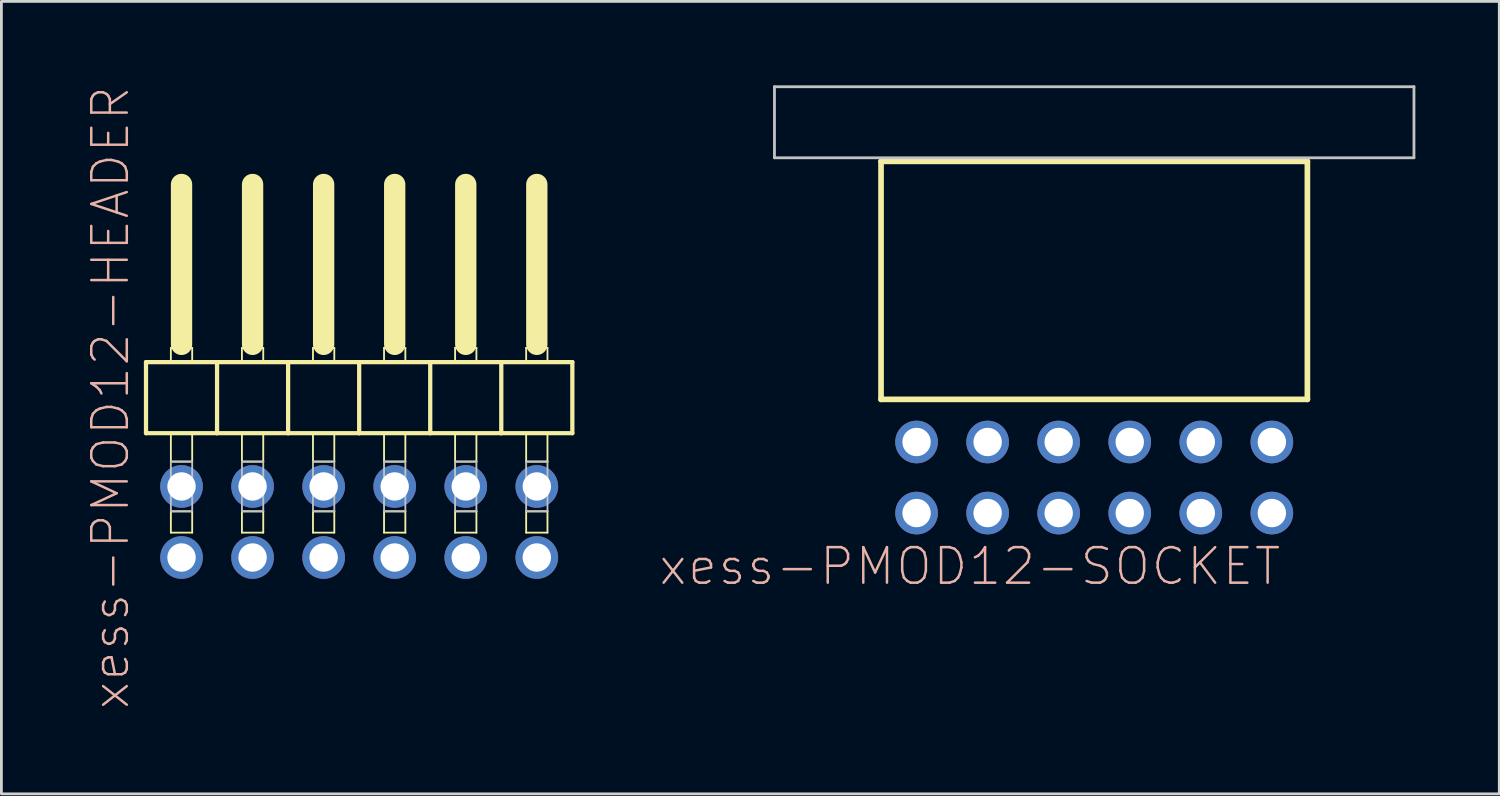
<source format=kicad_pcb>
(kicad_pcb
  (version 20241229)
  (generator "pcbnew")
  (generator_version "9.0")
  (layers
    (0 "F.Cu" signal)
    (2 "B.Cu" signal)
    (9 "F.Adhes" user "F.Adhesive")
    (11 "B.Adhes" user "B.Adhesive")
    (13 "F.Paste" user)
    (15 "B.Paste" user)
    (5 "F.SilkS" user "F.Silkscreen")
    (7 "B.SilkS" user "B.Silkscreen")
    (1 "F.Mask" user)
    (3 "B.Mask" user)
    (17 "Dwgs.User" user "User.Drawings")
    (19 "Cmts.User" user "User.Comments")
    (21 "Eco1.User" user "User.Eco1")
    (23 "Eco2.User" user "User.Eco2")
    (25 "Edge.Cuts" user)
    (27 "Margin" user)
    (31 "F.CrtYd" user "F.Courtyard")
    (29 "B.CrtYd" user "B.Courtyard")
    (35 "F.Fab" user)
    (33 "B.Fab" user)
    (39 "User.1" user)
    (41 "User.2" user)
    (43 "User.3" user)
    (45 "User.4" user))
  (footprint "xess-PMOD12-SOCKET"
    (layer "F.Cu")
    (at 36.064 14.02)
    (property "Reference" "xess-PMOD12-SOCKET" (at -4.445 3.175 0) (layer "B.SilkS") (effects (font (size 1.27 1.27) (thickness 0.089))))
    (attr exclude_from_pos_files exclude_from_bom)
    (fp_line (start -7.62 -11.303) (end -7.62 -2.794) (stroke (width 0.203) (type solid)) (layer "F.SilkS"))
    (fp_line (start -7.62 -2.794) (end 7.62 -2.794) (stroke (width 0.203) (type solid)) (layer "F.SilkS"))
    (fp_line (start 7.62 -11.303) (end -7.62 -11.303) (stroke (width 0.203) (type solid)) (layer "F.SilkS"))
    (fp_line (start 7.62 -2.794) (end 7.62 -11.303) (stroke (width 0.203) (type solid)) (layer "F.SilkS"))
    (fp_line (start -11.43 -13.97) (end -11.43 -11.43) (stroke (width 0.1) (type solid)) (layer "Dwgs.User"))
    (fp_line (start -11.43 -11.43) (end 11.43 -11.43) (stroke (width 0.1) (type solid)) (layer "Dwgs.User"))
    (fp_line (start -6.604 -1.524) (end -6.096 -1.524) (stroke (width 0.066) (type solid)) (layer "Dwgs.User"))
    (fp_line (start -6.604 -1.016) (end -6.604 -1.524) (stroke (width 0.066) (type solid)) (layer "Dwgs.User"))
    (fp_line (start -6.604 -1.016) (end -6.096 -1.016) (stroke (width 0.066) (type solid)) (layer "Dwgs.User"))
    (fp_line (start -6.604 1.016) (end -6.096 1.016) (stroke (width 0.066) (type solid)) (layer "Dwgs.User"))
    (fp_line (start -6.604 1.524) (end -6.604 1.016) (stroke (width 0.066) (type solid)) (layer "Dwgs.User"))
    (fp_line (start -6.604 1.524) (end -6.096 1.524) (stroke (width 0.066) (type solid)) (layer "Dwgs.User"))
    (fp_line (start -6.096 -1.016) (end -6.096 -1.524) (stroke (width 0.066) (type solid)) (layer "Dwgs.User"))
    (fp_line (start -6.096 1.524) (end -6.096 1.016) (stroke (width 0.066) (type solid)) (layer "Dwgs.User"))
    (fp_line (start -4.064 -1.524) (end -3.556 -1.524) (stroke (width 0.066) (type solid)) (layer "Dwgs.User"))
    (fp_line (start -4.064 -1.016) (end -4.064 -1.524) (stroke (width 0.066) (type solid)) (layer "Dwgs.User"))
    (fp_line (start -4.064 -1.016) (end -3.556 -1.016) (stroke (width 0.066) (type solid)) (layer "Dwgs.User"))
    (fp_line (start -4.064 1.016) (end -3.556 1.016) (stroke (width 0.066) (type solid)) (layer "Dwgs.User"))
    (fp_line (start -4.064 1.524) (end -4.064 1.016) (stroke (width 0.066) (type solid)) (layer "Dwgs.User"))
    (fp_line (start -4.064 1.524) (end -3.556 1.524) (stroke (width 0.066) (type solid)) (layer "Dwgs.User"))
    (fp_line (start -3.556 -1.016) (end -3.556 -1.524) (stroke (width 0.066) (type solid)) (layer "Dwgs.User"))
    (fp_line (start -3.556 1.524) (end -3.556 1.016) (stroke (width 0.066) (type solid)) (layer "Dwgs.User"))
    (fp_line (start -1.524 -1.524) (end -1.016 -1.524) (stroke (width 0.066) (type solid)) (layer "Dwgs.User"))
    (fp_line (start -1.524 -1.016) (end -1.524 -1.524) (stroke (width 0.066) (type solid)) (layer "Dwgs.User"))
    (fp_line (start -1.524 -1.016) (end -1.016 -1.016) (stroke (width 0.066) (type solid)) (layer "Dwgs.User"))
    (fp_line (start -1.524 1.016) (end -1.016 1.016) (stroke (width 0.066) (type solid)) (layer "Dwgs.User"))
    (fp_line (start -1.524 1.524) (end -1.524 1.016) (stroke (width 0.066) (type solid)) (layer "Dwgs.User"))
    (fp_line (start -1.524 1.524) (end -1.016 1.524) (stroke (width 0.066) (type solid)) (layer "Dwgs.User"))
    (fp_line (start -1.016 -1.016) (end -1.016 -1.524) (stroke (width 0.066) (type solid)) (layer "Dwgs.User"))
    (fp_line (start -1.016 1.524) (end -1.016 1.016) (stroke (width 0.066) (type solid)) (layer "Dwgs.User"))
    (fp_line (start 1.016 -1.524) (end 1.524 -1.524) (stroke (width 0.066) (type solid)) (layer "Dwgs.User"))
    (fp_line (start 1.016 -1.016) (end 1.016 -1.524) (stroke (width 0.066) (type solid)) (layer "Dwgs.User"))
    (fp_line (start 1.016 -1.016) (end 1.524 -1.016) (stroke (width 0.066) (type solid)) (layer "Dwgs.User"))
    (fp_line (start 1.016 1.016) (end 1.524 1.016) (stroke (width 0.066) (type solid)) (layer "Dwgs.User"))
    (fp_line (start 1.016 1.524) (end 1.016 1.016) (stroke (width 0.066) (type solid)) (layer "Dwgs.User"))
    (fp_line (start 1.016 1.524) (end 1.524 1.524) (stroke (width 0.066) (type solid)) (layer "Dwgs.User"))
    (fp_line (start 1.524 -1.016) (end 1.524 -1.524) (stroke (width 0.066) (type solid)) (layer "Dwgs.User"))
    (fp_line (start 1.524 1.524) (end 1.524 1.016) (stroke (width 0.066) (type solid)) (layer "Dwgs.User"))
    (fp_line (start 3.556 -1.524) (end 4.064 -1.524) (stroke (width 0.066) (type solid)) (layer "Dwgs.User"))
    (fp_line (start 3.556 -1.016) (end 3.556 -1.524) (stroke (width 0.066) (type solid)) (layer "Dwgs.User"))
    (fp_line (start 3.556 -1.016) (end 4.064 -1.016) (stroke (width 0.066) (type solid)) (layer "Dwgs.User"))
    (fp_line (start 3.556 1.016) (end 4.064 1.016) (stroke (width 0.066) (type solid)) (layer "Dwgs.User"))
    (fp_line (start 3.556 1.524) (end 3.556 1.016) (stroke (width 0.066) (type solid)) (layer "Dwgs.User"))
    (fp_line (start 3.556 1.524) (end 4.064 1.524) (stroke (width 0.066) (type solid)) (layer "Dwgs.User"))
    (fp_line (start 4.064 -1.016) (end 4.064 -1.524) (stroke (width 0.066) (type solid)) (layer "Dwgs.User"))
    (fp_line (start 4.064 1.524) (end 4.064 1.016) (stroke (width 0.066) (type solid)) (layer "Dwgs.User"))
    (fp_line (start 6.096 -1.524) (end 6.604 -1.524) (stroke (width 0.066) (type solid)) (layer "Dwgs.User"))
    (fp_line (start 6.096 -1.016) (end 6.096 -1.524) (stroke (width 0.066) (type solid)) (layer "Dwgs.User"))
    (fp_line (start 6.096 -1.016) (end 6.604 -1.016) (stroke (width 0.066) (type solid)) (layer "Dwgs.User"))
    (fp_line (start 6.096 1.016) (end 6.604 1.016) (stroke (width 0.066) (type solid)) (layer "Dwgs.User"))
    (fp_line (start 6.096 1.524) (end 6.096 1.016) (stroke (width 0.066) (type solid)) (layer "Dwgs.User"))
    (fp_line (start 6.096 1.524) (end 6.604 1.524) (stroke (width 0.066) (type solid)) (layer "Dwgs.User"))
    (fp_line (start 6.604 -1.016) (end 6.604 -1.524) (stroke (width 0.066) (type solid)) (layer "Dwgs.User"))
    (fp_line (start 6.604 1.524) (end 6.604 1.016) (stroke (width 0.066) (type solid)) (layer "Dwgs.User"))
    (fp_line (start 11.43 -13.97) (end -11.43 -13.97) (stroke (width 0.1) (type solid)) (layer "Dwgs.User"))
    (fp_line (start 11.43 -11.43) (end 11.43 -13.97) (stroke (width 0.1) (type solid)) (layer "Dwgs.User"))
    (pad "AGND" thru_hole circle (at 3.81 1.27) (size 1.524 1.524) (drill 1.016) (layers "*.Cu" "*.Mask"))
    (pad "AIO1" thru_hole circle (at -6.35 1.27) (size 1.524 1.524) (drill 1.016) (layers "*.Cu" "*.Mask"))
    (pad "AIO2" thru_hole circle (at -3.81 1.27) (size 1.524 1.524) (drill 1.016) (layers "*.Cu" "*.Mask"))
    (pad "AIO3" thru_hole circle (at -1.27 1.27) (size 1.524 1.524) (drill 1.016) (layers "*.Cu" "*.Mask"))
    (pad "AIO4" thru_hole circle (at 1.27 1.27) (size 1.524 1.524) (drill 1.016) (layers "*.Cu" "*.Mask"))
    (pad "APWR" thru_hole circle (at 6.35 1.27) (size 1.524 1.524) (drill 1.016) (layers "*.Cu" "*.Mask"))
    (pad "BGND" thru_hole circle (at 3.81 -1.27) (size 1.524 1.524) (drill 1.016) (layers "*.Cu" "*.Mask"))
    (pad "BIO1" thru_hole circle (at -6.35 -1.27) (size 1.524 1.524) (drill 1.016) (layers "*.Cu" "*.Mask"))
    (pad "BIO2" thru_hole circle (at -3.81 -1.27) (size 1.524 1.524) (drill 1.016) (layers "*.Cu" "*.Mask"))
    (pad "BIO3" thru_hole circle (at -1.27 -1.27) (size 1.524 1.524) (drill 1.016) (layers "*.Cu" "*.Mask"))
    (pad "BIO4" thru_hole circle (at 1.27 -1.27) (size 1.524 1.524) (drill 1.016) (layers "*.Cu" "*.Mask"))
    (pad "BPWR" thru_hole circle (at 6.35 -1.27) (size 1.524 1.524) (drill 1.016) (layers "*.Cu" "*.Mask")))
  (footprint "xess-PMOD12-HEADER"
    (layer "F.Cu")
    (at 9.789 10.529)
    (property "Reference" "xess-PMOD12-HEADER" (at -8.89 0.635 90) (layer "B.SilkS") (effects (font (size 1.27 1.27) (thickness 0.089))))
    (attr exclude_from_pos_files exclude_from_bom)
    (fp_line (start -7.62 -0.635) (end -7.62 1.905) (stroke (width 0.152) (type solid)) (layer "F.SilkS"))
    (fp_line (start -7.62 1.905) (end -5.08 1.905) (stroke (width 0.152) (type solid)) (layer "F.SilkS"))
    (fp_line (start -6.731 -1.143) (end -5.969 -1.143) (stroke (width 0.066) (type solid)) (layer "F.SilkS"))
    (fp_line (start -6.731 -0.635) (end -6.731 -1.143) (stroke (width 0.066) (type solid)) (layer "F.SilkS"))
    (fp_line (start -6.731 -0.635) (end -5.969 -0.635) (stroke (width 0.066) (type solid)) (layer "F.SilkS"))
    (fp_line (start -6.731 1.905) (end -5.969 1.905) (stroke (width 0.066) (type solid)) (layer "F.SilkS"))
    (fp_line (start -6.731 2.921) (end -6.731 1.905) (stroke (width 0.066) (type solid)) (layer "F.SilkS"))
    (fp_line (start -6.731 2.921) (end -5.969 2.921) (stroke (width 0.066) (type solid)) (layer "F.SilkS"))
    (fp_line (start -6.731 4.699) (end -5.969 4.699) (stroke (width 0.066) (type solid)) (layer "F.SilkS"))
    (fp_line (start -6.731 5.461) (end -6.731 4.699) (stroke (width 0.066) (type solid)) (layer "F.SilkS"))
    (fp_line (start -6.731 5.461) (end -5.969 5.461) (stroke (width 0.066) (type solid)) (layer "F.SilkS"))
    (fp_line (start -6.35 -6.985) (end -6.35 -1.27) (stroke (width 0.762) (type solid)) (layer "F.SilkS"))
    (fp_line (start -5.969 -0.635) (end -5.969 -1.143) (stroke (width 0.066) (type solid)) (layer "F.SilkS"))
    (fp_line (start -5.969 2.921) (end -5.969 1.905) (stroke (width 0.066) (type solid)) (layer "F.SilkS"))
    (fp_line (start -5.969 5.461) (end -5.969 4.699) (stroke (width 0.066) (type solid)) (layer "F.SilkS"))
    (fp_line (start -5.08 -0.635) (end -7.62 -0.635) (stroke (width 0.152) (type solid)) (layer "F.SilkS"))
    (fp_line (start -5.08 1.905) (end -5.08 -0.635) (stroke (width 0.152) (type solid)) (layer "F.SilkS"))
    (fp_line (start -5.08 1.905) (end -2.54 1.905) (stroke (width 0.152) (type solid)) (layer "F.SilkS"))
    (fp_line (start -4.191 -1.143) (end -3.429 -1.143) (stroke (width 0.066) (type solid)) (layer "F.SilkS"))
    (fp_line (start -4.191 -0.635) (end -4.191 -1.143) (stroke (width 0.066) (type solid)) (layer "F.SilkS"))
    (fp_line (start -4.191 -0.635) (end -3.429 -0.635) (stroke (width 0.066) (type solid)) (layer "F.SilkS"))
    (fp_line (start -4.191 1.905) (end -3.429 1.905) (stroke (width 0.066) (type solid)) (layer "F.SilkS"))
    (fp_line (start -4.191 2.921) (end -4.191 1.905) (stroke (width 0.066) (type solid)) (layer "F.SilkS"))
    (fp_line (start -4.191 2.921) (end -3.429 2.921) (stroke (width 0.066) (type solid)) (layer "F.SilkS"))
    (fp_line (start -4.191 4.699) (end -3.429 4.699) (stroke (width 0.066) (type solid)) (layer "F.SilkS"))
    (fp_line (start -4.191 5.461) (end -4.191 4.699) (stroke (width 0.066) (type solid)) (layer "F.SilkS"))
    (fp_line (start -4.191 5.461) (end -3.429 5.461) (stroke (width 0.066) (type solid)) (layer "F.SilkS"))
    (fp_line (start -3.81 -6.985) (end -3.81 -1.27) (stroke (width 0.762) (type solid)) (layer "F.SilkS"))
    (fp_line (start -3.429 -0.635) (end -3.429 -1.143) (stroke (width 0.066) (type solid)) (layer "F.SilkS"))
    (fp_line (start -3.429 2.921) (end -3.429 1.905) (stroke (width 0.066) (type solid)) (layer "F.SilkS"))
    (fp_line (start -3.429 5.461) (end -3.429 4.699) (stroke (width 0.066) (type solid)) (layer "F.SilkS"))
    (fp_line (start -2.54 -0.635) (end -5.08 -0.635) (stroke (width 0.152) (type solid)) (layer "F.SilkS"))
    (fp_line (start -2.54 1.905) (end -2.54 -0.635) (stroke (width 0.152) (type solid)) (layer "F.SilkS"))
    (fp_line (start -2.54 1.905) (end 0 1.905) (stroke (width 0.152) (type solid)) (layer "F.SilkS"))
    (fp_line (start -1.651 -1.143) (end -0.889 -1.143) (stroke (width 0.066) (type solid)) (layer "F.SilkS"))
    (fp_line (start -1.651 -0.635) (end -1.651 -1.143) (stroke (width 0.066) (type solid)) (layer "F.SilkS"))
    (fp_line (start -1.651 -0.635) (end -0.889 -0.635) (stroke (width 0.066) (type solid)) (layer "F.SilkS"))
    (fp_line (start -1.651 1.905) (end -0.889 1.905) (stroke (width 0.066) (type solid)) (layer "F.SilkS"))
    (fp_line (start -1.651 2.921) (end -1.651 1.905) (stroke (width 0.066) (type solid)) (layer "F.SilkS"))
    (fp_line (start -1.651 2.921) (end -0.889 2.921) (stroke (width 0.066) (type solid)) (layer "F.SilkS"))
    (fp_line (start -1.651 4.699) (end -0.889 4.699) (stroke (width 0.066) (type solid)) (layer "F.SilkS"))
    (fp_line (start -1.651 5.461) (end -1.651 4.699) (stroke (width 0.066) (type solid)) (layer "F.SilkS"))
    (fp_line (start -1.651 5.461) (end -0.889 5.461) (stroke (width 0.066) (type solid)) (layer "F.SilkS"))
    (fp_line (start -1.27 -6.985) (end -1.27 -1.27) (stroke (width 0.762) (type solid)) (layer "F.SilkS"))
    (fp_line (start -0.889 -0.635) (end -0.889 -1.143) (stroke (width 0.066) (type solid)) (layer "F.SilkS"))
    (fp_line (start -0.889 2.921) (end -0.889 1.905) (stroke (width 0.066) (type solid)) (layer "F.SilkS"))
    (fp_line (start -0.889 5.461) (end -0.889 4.699) (stroke (width 0.066) (type solid)) (layer "F.SilkS"))
    (fp_line (start 0 -0.635) (end -2.54 -0.635) (stroke (width 0.152) (type solid)) (layer "F.SilkS"))
    (fp_line (start 0 1.905) (end 0 -0.635) (stroke (width 0.152) (type solid)) (layer "F.SilkS"))
    (fp_line (start 0 1.905) (end 2.54 1.905) (stroke (width 0.152) (type solid)) (layer "F.SilkS"))
    (fp_line (start 0.889 -1.143) (end 1.651 -1.143) (stroke (width 0.066) (type solid)) (layer "F.SilkS"))
    (fp_line (start 0.889 -0.635) (end 0.889 -1.143) (stroke (width 0.066) (type solid)) (layer "F.SilkS"))
    (fp_line (start 0.889 -0.635) (end 1.651 -0.635) (stroke (width 0.066) (type solid)) (layer "F.SilkS"))
    (fp_line (start 0.889 1.905) (end 1.651 1.905) (stroke (width 0.066) (type solid)) (layer "F.SilkS"))
    (fp_line (start 0.889 2.921) (end 0.889 1.905) (stroke (width 0.066) (type solid)) (layer "F.SilkS"))
    (fp_line (start 0.889 2.921) (end 1.651 2.921) (stroke (width 0.066) (type solid)) (layer "F.SilkS"))
    (fp_line (start 0.889 4.699) (end 1.651 4.699) (stroke (width 0.066) (type solid)) (layer "F.SilkS"))
    (fp_line (start 0.889 5.461) (end 0.889 4.699) (stroke (width 0.066) (type solid)) (layer "F.SilkS"))
    (fp_line (start 0.889 5.461) (end 1.651 5.461) (stroke (width 0.066) (type solid)) (layer "F.SilkS"))
    (fp_line (start 1.27 -6.985) (end 1.27 -1.27) (stroke (width 0.762) (type solid)) (layer "F.SilkS"))
    (fp_line (start 1.651 -0.635) (end 1.651 -1.143) (stroke (width 0.066) (type solid)) (layer "F.SilkS"))
    (fp_line (start 1.651 2.921) (end 1.651 1.905) (stroke (width 0.066) (type solid)) (layer "F.SilkS"))
    (fp_line (start 1.651 5.461) (end 1.651 4.699) (stroke (width 0.066) (type solid)) (layer "F.SilkS"))
    (fp_line (start 2.54 -0.635) (end 0 -0.635) (stroke (width 0.152) (type solid)) (layer "F.SilkS"))
    (fp_line (start 2.54 1.905) (end 2.54 -0.635) (stroke (width 0.152) (type solid)) (layer "F.SilkS"))
    (fp_line (start 2.54 1.905) (end 5.08 1.905) (stroke (width 0.152) (type solid)) (layer "F.SilkS"))
    (fp_line (start 3.429 -1.143) (end 4.191 -1.143) (stroke (width 0.066) (type solid)) (layer "F.SilkS"))
    (fp_line (start 3.429 -0.635) (end 3.429 -1.143) (stroke (width 0.066) (type solid)) (layer "F.SilkS"))
    (fp_line (start 3.429 -0.635) (end 4.191 -0.635) (stroke (width 0.066) (type solid)) (layer "F.SilkS"))
    (fp_line (start 3.429 1.905) (end 4.191 1.905) (stroke (width 0.066) (type solid)) (layer "F.SilkS"))
    (fp_line (start 3.429 2.921) (end 3.429 1.905) (stroke (width 0.066) (type solid)) (layer "F.SilkS"))
    (fp_line (start 3.429 2.921) (end 4.191 2.921) (stroke (width 0.066) (type solid)) (layer "F.SilkS"))
    (fp_line (start 3.429 4.699) (end 4.191 4.699) (stroke (width 0.066) (type solid)) (layer "F.SilkS"))
    (fp_line (start 3.429 5.461) (end 3.429 4.699) (stroke (width 0.066) (type solid)) (layer "F.SilkS"))
    (fp_line (start 3.429 5.461) (end 4.191 5.461) (stroke (width 0.066) (type solid)) (layer "F.SilkS"))
    (fp_line (start 3.81 -6.985) (end 3.81 -1.27) (stroke (width 0.762) (type solid)) (layer "F.SilkS"))
    (fp_line (start 4.191 -0.635) (end 4.191 -1.143) (stroke (width 0.066) (type solid)) (layer "F.SilkS"))
    (fp_line (start 4.191 2.921) (end 4.191 1.905) (stroke (width 0.066) (type solid)) (layer "F.SilkS"))
    (fp_line (start 4.191 5.461) (end 4.191 4.699) (stroke (width 0.066) (type solid)) (layer "F.SilkS"))
    (fp_line (start 5.08 -0.635) (end 2.54 -0.635) (stroke (width 0.152) (type solid)) (layer "F.SilkS"))
    (fp_line (start 5.08 1.905) (end 5.08 -0.635) (stroke (width 0.152) (type solid)) (layer "F.SilkS"))
    (fp_line (start 5.08 1.905) (end 7.62 1.905) (stroke (width 0.152) (type solid)) (layer "F.SilkS"))
    (fp_line (start 5.969 -1.143) (end 6.731 -1.143) (stroke (width 0.066) (type solid)) (layer "F.SilkS"))
    (fp_line (start 5.969 -0.635) (end 5.969 -1.143) (stroke (width 0.066) (type solid)) (layer "F.SilkS"))
    (fp_line (start 5.969 -0.635) (end 6.731 -0.635) (stroke (width 0.066) (type solid)) (layer "F.SilkS"))
    (fp_line (start 5.969 1.905) (end 6.731 1.905) (stroke (width 0.066) (type solid)) (layer "F.SilkS"))
    (fp_line (start 5.969 2.921) (end 5.969 1.905) (stroke (width 0.066) (type solid)) (layer "F.SilkS"))
    (fp_line (start 5.969 2.921) (end 6.731 2.921) (stroke (width 0.066) (type solid)) (layer "F.SilkS"))
    (fp_line (start 5.969 4.699) (end 6.731 4.699) (stroke (width 0.066) (type solid)) (layer "F.SilkS"))
    (fp_line (start 5.969 5.461) (end 5.969 4.699) (stroke (width 0.066) (type solid)) (layer "F.SilkS"))
    (fp_line (start 5.969 5.461) (end 6.731 5.461) (stroke (width 0.066) (type solid)) (layer "F.SilkS"))
    (fp_line (start 6.35 -6.985) (end 6.35 -1.27) (stroke (width 0.762) (type solid)) (layer "F.SilkS"))
    (fp_line (start 6.731 -0.635) (end 6.731 -1.143) (stroke (width 0.066) (type solid)) (layer "F.SilkS"))
    (fp_line (start 6.731 2.921) (end 6.731 1.905) (stroke (width 0.066) (type solid)) (layer "F.SilkS"))
    (fp_line (start 6.731 5.461) (end 6.731 4.699) (stroke (width 0.066) (type solid)) (layer "F.SilkS"))
    (fp_line (start 7.62 -0.635) (end 5.08 -0.635) (stroke (width 0.152) (type solid)) (layer "F.SilkS"))
    (fp_line (start 7.62 1.905) (end 7.62 -0.635) (stroke (width 0.152) (type solid)) (layer "F.SilkS"))
    (fp_line (start -6.731 2.921) (end -5.969 2.921) (stroke (width 0.066) (type solid)) (layer "Dwgs.User"))
    (fp_line (start -6.731 4.699) (end -6.731 2.921) (stroke (width 0.066) (type solid)) (layer "Dwgs.User"))
    (fp_line (start -6.731 4.699) (end -5.969 4.699) (stroke (width 0.066) (type solid)) (layer "Dwgs.User"))
    (fp_line (start -5.969 4.699) (end -5.969 2.921) (stroke (width 0.066) (type solid)) (layer "Dwgs.User"))
    (fp_line (start -4.191 2.921) (end -3.429 2.921) (stroke (width 0.066) (type solid)) (layer "Dwgs.User"))
    (fp_line (start -4.191 4.699) (end -4.191 2.921) (stroke (width 0.066) (type solid)) (layer "Dwgs.User"))
    (fp_line (start -4.191 4.699) (end -3.429 4.699) (stroke (width 0.066) (type solid)) (layer "Dwgs.User"))
    (fp_line (start -3.429 4.699) (end -3.429 2.921) (stroke (width 0.066) (type solid)) (layer "Dwgs.User"))
    (fp_line (start -1.651 2.921) (end -0.889 2.921) (stroke (width 0.066) (type solid)) (layer "Dwgs.User"))
    (fp_line (start -1.651 4.699) (end -1.651 2.921) (stroke (width 0.066) (type solid)) (layer "Dwgs.User"))
    (fp_line (start -1.651 4.699) (end -0.889 4.699) (stroke (width 0.066) (type solid)) (layer "Dwgs.User"))
    (fp_line (start -0.889 4.699) (end -0.889 2.921) (stroke (width 0.066) (type solid)) (layer "Dwgs.User"))
    (fp_line (start 0.889 2.921) (end 1.651 2.921) (stroke (width 0.066) (type solid)) (layer "Dwgs.User"))
    (fp_line (start 0.889 4.699) (end 0.889 2.921) (stroke (width 0.066) (type solid)) (layer "Dwgs.User"))
    (fp_line (start 0.889 4.699) (end 1.651 4.699) (stroke (width 0.066) (type solid)) (layer "Dwgs.User"))
    (fp_line (start 1.651 4.699) (end 1.651 2.921) (stroke (width 0.066) (type solid)) (layer "Dwgs.User"))
    (fp_line (start 3.429 2.921) (end 4.191 2.921) (stroke (width 0.066) (type solid)) (layer "Dwgs.User"))
    (fp_line (start 3.429 4.699) (end 3.429 2.921) (stroke (width 0.066) (type solid)) (layer "Dwgs.User"))
    (fp_line (start 3.429 4.699) (end 4.191 4.699) (stroke (width 0.066) (type solid)) (layer "Dwgs.User"))
    (fp_line (start 4.191 4.699) (end 4.191 2.921) (stroke (width 0.066) (type solid)) (layer "Dwgs.User"))
    (fp_line (start 5.969 2.921) (end 6.731 2.921) (stroke (width 0.066) (type solid)) (layer "Dwgs.User"))
    (fp_line (start 5.969 4.699) (end 5.969 2.921) (stroke (width 0.066) (type solid)) (layer "Dwgs.User"))
    (fp_line (start 5.969 4.699) (end 6.731 4.699) (stroke (width 0.066) (type solid)) (layer "Dwgs.User"))
    (fp_line (start 6.731 4.699) (end 6.731 2.921) (stroke (width 0.066) (type solid)) (layer "Dwgs.User"))
    (pad "AGND" thru_hole circle (at -3.81 6.35) (size 1.524 1.524) (drill 1.016) (layers "*.Cu" "*.Mask"))
    (pad "AIO1" thru_hole circle (at 6.35 6.35) (size 1.524 1.524) (drill 1.016) (layers "*.Cu" "*.Mask"))
    (pad "AIO2" thru_hole circle (at 3.81 6.35) (size 1.524 1.524) (drill 1.016) (layers "*.Cu" "*.Mask"))
    (pad "AIO3" thru_hole circle (at 1.27 6.35) (size 1.524 1.524) (drill 1.016) (layers "*.Cu" "*.Mask"))
    (pad "AIO4" thru_hole circle (at -1.27 6.35) (size 1.524 1.524) (drill 1.016) (layers "*.Cu" "*.Mask"))
    (pad "APWR" thru_hole circle (at -6.35 6.35) (size 1.524 1.524) (drill 1.016) (layers "*.Cu" "*.Mask"))
    (pad "BGND" thru_hole circle (at -3.81 3.81) (size 1.524 1.524) (drill 1.016) (layers "*.Cu" "*.Mask"))
    (pad "BIO1" thru_hole circle (at 6.35 3.81) (size 1.524 1.524) (drill 1.016) (layers "*.Cu" "*.Mask"))
    (pad "BIO2" thru_hole circle (at 3.81 3.81) (size 1.524 1.524) (drill 1.016) (layers "*.Cu" "*.Mask"))
    (pad "BIO3" thru_hole circle (at 1.27 3.81) (size 1.524 1.524) (drill 1.016) (layers "*.Cu" "*.Mask"))
    (pad "BIO4" thru_hole circle (at -1.27 3.81) (size 1.524 1.524) (drill 1.016) (layers "*.Cu" "*.Mask"))
    (pad "BPWR" thru_hole circle (at -6.35 3.81) (size 1.524 1.524) (drill 1.016) (layers "*.Cu" "*.Mask")))
  (gr_rect
    (start -3 -3)
    (end 50.544 25.328)
    (stroke (width 0.1) (type default))
    (fill no)
    (layer "Edge.Cuts")))
</source>
